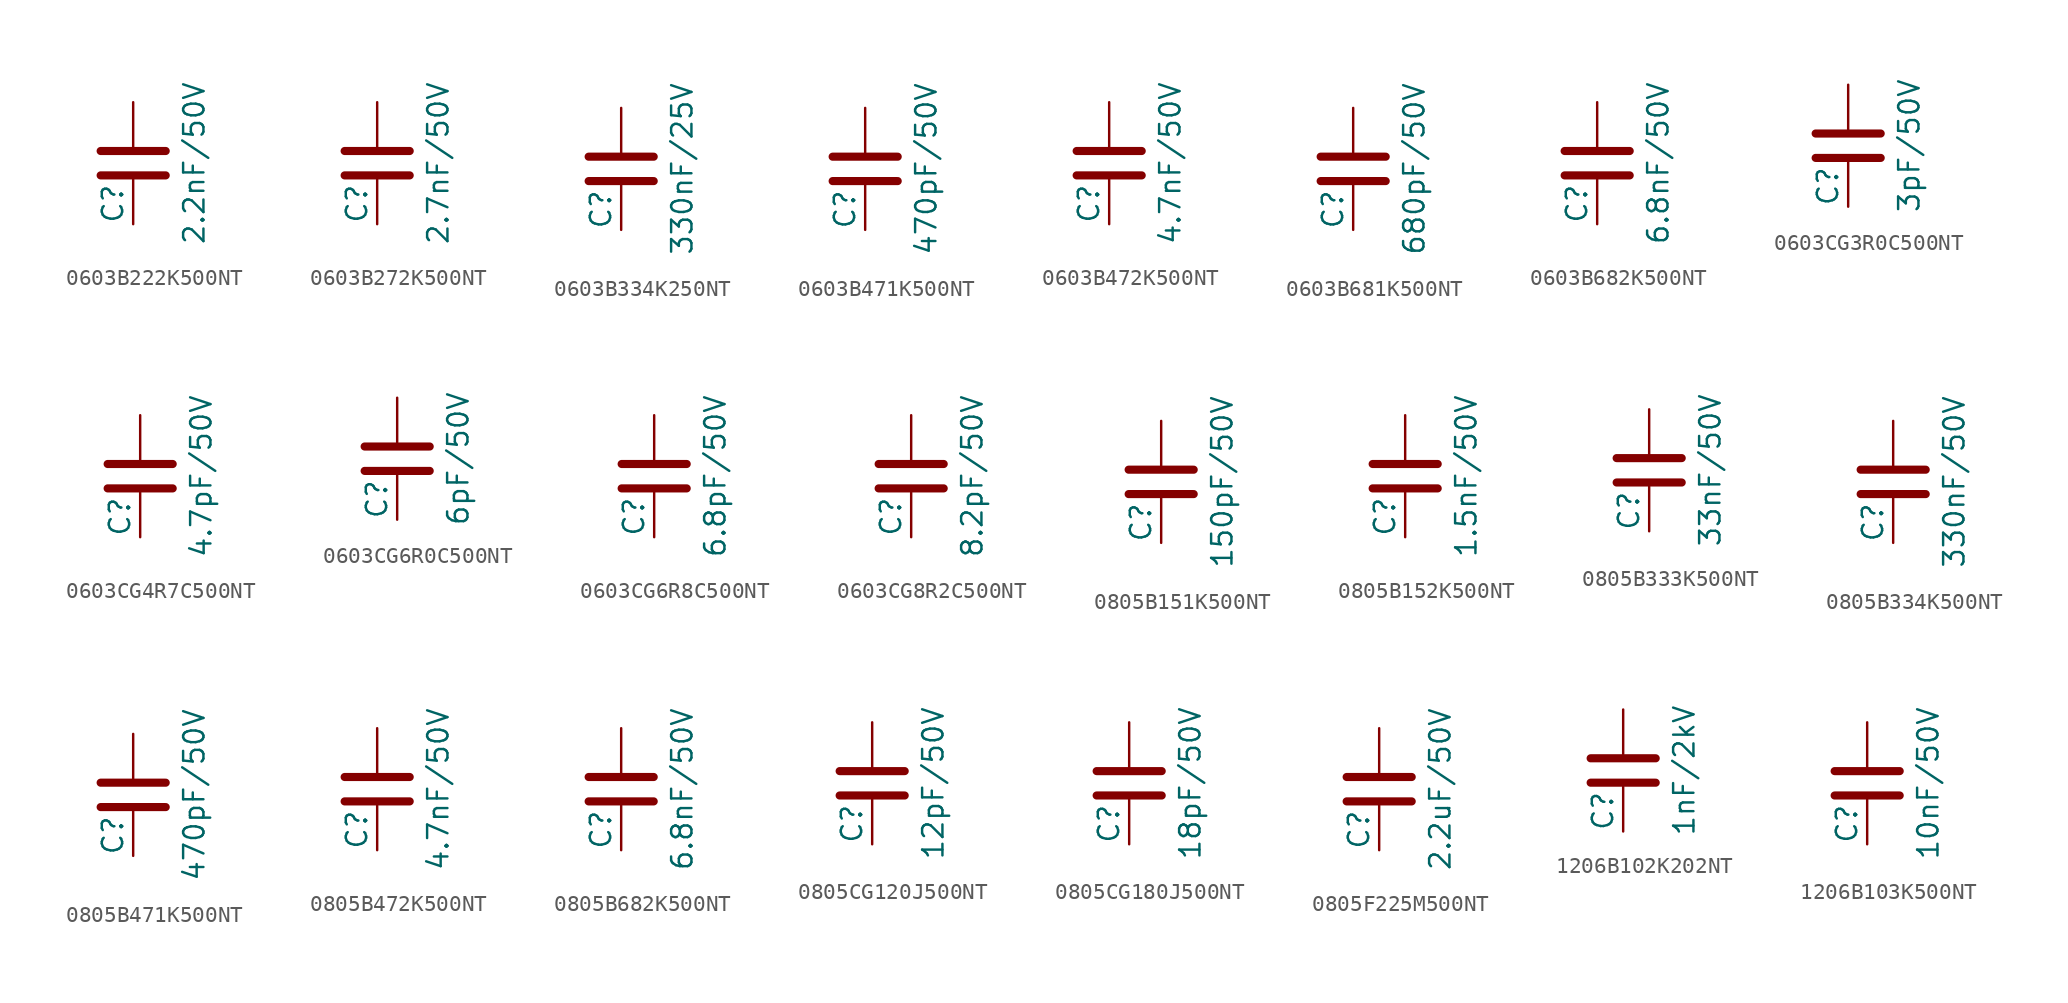
<source format=kicad_sym>
(kicad_symbol_lib
  (version 20211014)
  (generator conandllu_kicad_symbol_generator_20230922_18:37:20)
  (symbol "0603B222K500NT"
    (pin_numbers hide)
    (pin_names
      (offset 0.254))
    (property "Reference" "C"
      (at -1.27 -3.81 90)
      (effects (font (size 1.27 1.27)) (justify left)))
    (property "Value" "2.2nF/50V"
      (at 3.81 0 90)
      (effects (font (size 1.27 1.27))))
    (symbol "0603B222K500NT_0_1"
      (polyline (pts (xy -2.032 -0.762) (xy 2.032 -0.762)) (stroke (width 0.508) (type default)) (fill (type none)))
      (polyline (pts (xy -2.032 0.762) (xy 2.032 0.762)) (stroke (width 0.508) (type default)) (fill (type none))))
    (symbol "0603B222K500NT_1_1"
      (pin passive line (at 0 3.81 270) (length 2.794) (name "~" (effects (font (size 1.27 1.27)))) (number "1" (effects (font (size 1.27 1.27)))))
      (pin passive line (at 0 -3.81 90) (length 2.794) (name "~" (effects (font (size 1.27 1.27)))) (number "2" (effects (font (size 1.27 1.27)))))))
  (symbol "0603B272K500NT"
    (pin_numbers hide)
    (pin_names
      (offset 0.254))
    (property "Reference" "C"
      (at -1.27 -3.81 90)
      (effects (font (size 1.27 1.27)) (justify left)))
    (property "Value" "2.7nF/50V"
      (at 3.81 0 90)
      (effects (font (size 1.27 1.27))))
    (symbol "0603B272K500NT_0_1"
      (polyline (pts (xy -2.032 -0.762) (xy 2.032 -0.762)) (stroke (width 0.508) (type default)) (fill (type none)))
      (polyline (pts (xy -2.032 0.762) (xy 2.032 0.762)) (stroke (width 0.508) (type default)) (fill (type none))))
    (symbol "0603B272K500NT_1_1"
      (pin passive line (at 0 3.81 270) (length 2.794) (name "~" (effects (font (size 1.27 1.27)))) (number "1" (effects (font (size 1.27 1.27)))))
      (pin passive line (at 0 -3.81 90) (length 2.794) (name "~" (effects (font (size 1.27 1.27)))) (number "2" (effects (font (size 1.27 1.27)))))))
  (symbol "0603B334K250NT"
    (pin_numbers hide)
    (pin_names
      (offset 0.254))
    (property "Reference" "C"
      (at -1.27 -3.81 90)
      (effects (font (size 1.27 1.27)) (justify left)))
    (property "Value" "330nF/25V"
      (at 3.81 0 90)
      (effects (font (size 1.27 1.27))))
    (symbol "0603B334K250NT_0_1"
      (polyline (pts (xy -2.032 -0.762) (xy 2.032 -0.762)) (stroke (width 0.508) (type default)) (fill (type none)))
      (polyline (pts (xy -2.032 0.762) (xy 2.032 0.762)) (stroke (width 0.508) (type default)) (fill (type none))))
    (symbol "0603B334K250NT_1_1"
      (pin passive line (at 0 3.81 270) (length 2.794) (name "~" (effects (font (size 1.27 1.27)))) (number "1" (effects (font (size 1.27 1.27)))))
      (pin passive line (at 0 -3.81 90) (length 2.794) (name "~" (effects (font (size 1.27 1.27)))) (number "2" (effects (font (size 1.27 1.27)))))))
  (symbol "0603B471K500NT"
    (pin_numbers hide)
    (pin_names
      (offset 0.254))
    (property "Reference" "C"
      (at -1.27 -3.81 90)
      (effects (font (size 1.27 1.27)) (justify left)))
    (property "Value" "470pF/50V"
      (at 3.81 0 90)
      (effects (font (size 1.27 1.27))))
    (symbol "0603B471K500NT_0_1"
      (polyline (pts (xy -2.032 -0.762) (xy 2.032 -0.762)) (stroke (width 0.508) (type default)) (fill (type none)))
      (polyline (pts (xy -2.032 0.762) (xy 2.032 0.762)) (stroke (width 0.508) (type default)) (fill (type none))))
    (symbol "0603B471K500NT_1_1"
      (pin passive line (at 0 3.81 270) (length 2.794) (name "~" (effects (font (size 1.27 1.27)))) (number "1" (effects (font (size 1.27 1.27)))))
      (pin passive line (at 0 -3.81 90) (length 2.794) (name "~" (effects (font (size 1.27 1.27)))) (number "2" (effects (font (size 1.27 1.27)))))))
  (symbol "0603B472K500NT"
    (pin_numbers hide)
    (pin_names
      (offset 0.254))
    (property "Reference" "C"
      (at -1.27 -3.81 90)
      (effects (font (size 1.27 1.27)) (justify left)))
    (property "Value" "4.7nF/50V"
      (at 3.81 0 90)
      (effects (font (size 1.27 1.27))))
    (symbol "0603B472K500NT_0_1"
      (polyline (pts (xy -2.032 -0.762) (xy 2.032 -0.762)) (stroke (width 0.508) (type default)) (fill (type none)))
      (polyline (pts (xy -2.032 0.762) (xy 2.032 0.762)) (stroke (width 0.508) (type default)) (fill (type none))))
    (symbol "0603B472K500NT_1_1"
      (pin passive line (at 0 3.81 270) (length 2.794) (name "~" (effects (font (size 1.27 1.27)))) (number "1" (effects (font (size 1.27 1.27)))))
      (pin passive line (at 0 -3.81 90) (length 2.794) (name "~" (effects (font (size 1.27 1.27)))) (number "2" (effects (font (size 1.27 1.27)))))))
  (symbol "0603B681K500NT"
    (pin_numbers hide)
    (pin_names
      (offset 0.254))
    (property "Reference" "C"
      (at -1.27 -3.81 90)
      (effects (font (size 1.27 1.27)) (justify left)))
    (property "Value" "680pF/50V"
      (at 3.81 0 90)
      (effects (font (size 1.27 1.27))))
    (symbol "0603B681K500NT_0_1"
      (polyline (pts (xy -2.032 -0.762) (xy 2.032 -0.762)) (stroke (width 0.508) (type default)) (fill (type none)))
      (polyline (pts (xy -2.032 0.762) (xy 2.032 0.762)) (stroke (width 0.508) (type default)) (fill (type none))))
    (symbol "0603B681K500NT_1_1"
      (pin passive line (at 0 3.81 270) (length 2.794) (name "~" (effects (font (size 1.27 1.27)))) (number "1" (effects (font (size 1.27 1.27)))))
      (pin passive line (at 0 -3.81 90) (length 2.794) (name "~" (effects (font (size 1.27 1.27)))) (number "2" (effects (font (size 1.27 1.27)))))))
  (symbol "0603B682K500NT"
    (pin_numbers hide)
    (pin_names
      (offset 0.254))
    (property "Reference" "C"
      (at -1.27 -3.81 90)
      (effects (font (size 1.27 1.27)) (justify left)))
    (property "Value" "6.8nF/50V"
      (at 3.81 0 90)
      (effects (font (size 1.27 1.27))))
    (symbol "0603B682K500NT_0_1"
      (polyline (pts (xy -2.032 -0.762) (xy 2.032 -0.762)) (stroke (width 0.508) (type default)) (fill (type none)))
      (polyline (pts (xy -2.032 0.762) (xy 2.032 0.762)) (stroke (width 0.508) (type default)) (fill (type none))))
    (symbol "0603B682K500NT_1_1"
      (pin passive line (at 0 3.81 270) (length 2.794) (name "~" (effects (font (size 1.27 1.27)))) (number "1" (effects (font (size 1.27 1.27)))))
      (pin passive line (at 0 -3.81 90) (length 2.794) (name "~" (effects (font (size 1.27 1.27)))) (number "2" (effects (font (size 1.27 1.27)))))))
  (symbol "0603CG3R0C500NT"
    (pin_numbers hide)
    (pin_names
      (offset 0.254))
    (property "Reference" "C"
      (at -1.27 -3.81 90)
      (effects (font (size 1.27 1.27)) (justify left)))
    (property "Value" "3pF/50V"
      (at 3.81 0 90)
      (effects (font (size 1.27 1.27))))
    (symbol "0603CG3R0C500NT_0_1"
      (polyline (pts (xy -2.032 -0.762) (xy 2.032 -0.762)) (stroke (width 0.508) (type default)) (fill (type none)))
      (polyline (pts (xy -2.032 0.762) (xy 2.032 0.762)) (stroke (width 0.508) (type default)) (fill (type none))))
    (symbol "0603CG3R0C500NT_1_1"
      (pin passive line (at 0 3.81 270) (length 2.794) (name "~" (effects (font (size 1.27 1.27)))) (number "1" (effects (font (size 1.27 1.27)))))
      (pin passive line (at 0 -3.81 90) (length 2.794) (name "~" (effects (font (size 1.27 1.27)))) (number "2" (effects (font (size 1.27 1.27)))))))
  (symbol "0603CG4R7C500NT"
    (pin_numbers hide)
    (pin_names
      (offset 0.254))
    (property "Reference" "C"
      (at -1.27 -3.81 90)
      (effects (font (size 1.27 1.27)) (justify left)))
    (property "Value" "4.7pF/50V"
      (at 3.81 0 90)
      (effects (font (size 1.27 1.27))))
    (symbol "0603CG4R7C500NT_0_1"
      (polyline (pts (xy -2.032 -0.762) (xy 2.032 -0.762)) (stroke (width 0.508) (type default)) (fill (type none)))
      (polyline (pts (xy -2.032 0.762) (xy 2.032 0.762)) (stroke (width 0.508) (type default)) (fill (type none))))
    (symbol "0603CG4R7C500NT_1_1"
      (pin passive line (at 0 3.81 270) (length 2.794) (name "~" (effects (font (size 1.27 1.27)))) (number "1" (effects (font (size 1.27 1.27)))))
      (pin passive line (at 0 -3.81 90) (length 2.794) (name "~" (effects (font (size 1.27 1.27)))) (number "2" (effects (font (size 1.27 1.27)))))))
  (symbol "0603CG6R0C500NT"
    (pin_numbers hide)
    (pin_names
      (offset 0.254))
    (property "Reference" "C"
      (at -1.27 -3.81 90)
      (effects (font (size 1.27 1.27)) (justify left)))
    (property "Value" "6pF/50V"
      (at 3.81 0 90)
      (effects (font (size 1.27 1.27))))
    (symbol "0603CG6R0C500NT_0_1"
      (polyline (pts (xy -2.032 -0.762) (xy 2.032 -0.762)) (stroke (width 0.508) (type default)) (fill (type none)))
      (polyline (pts (xy -2.032 0.762) (xy 2.032 0.762)) (stroke (width 0.508) (type default)) (fill (type none))))
    (symbol "0603CG6R0C500NT_1_1"
      (pin passive line (at 0 3.81 270) (length 2.794) (name "~" (effects (font (size 1.27 1.27)))) (number "1" (effects (font (size 1.27 1.27)))))
      (pin passive line (at 0 -3.81 90) (length 2.794) (name "~" (effects (font (size 1.27 1.27)))) (number "2" (effects (font (size 1.27 1.27)))))))
  (symbol "0603CG6R8C500NT"
    (pin_numbers hide)
    (pin_names
      (offset 0.254))
    (property "Reference" "C"
      (at -1.27 -3.81 90)
      (effects (font (size 1.27 1.27)) (justify left)))
    (property "Value" "6.8pF/50V"
      (at 3.81 0 90)
      (effects (font (size 1.27 1.27))))
    (symbol "0603CG6R8C500NT_0_1"
      (polyline (pts (xy -2.032 -0.762) (xy 2.032 -0.762)) (stroke (width 0.508) (type default)) (fill (type none)))
      (polyline (pts (xy -2.032 0.762) (xy 2.032 0.762)) (stroke (width 0.508) (type default)) (fill (type none))))
    (symbol "0603CG6R8C500NT_1_1"
      (pin passive line (at 0 3.81 270) (length 2.794) (name "~" (effects (font (size 1.27 1.27)))) (number "1" (effects (font (size 1.27 1.27)))))
      (pin passive line (at 0 -3.81 90) (length 2.794) (name "~" (effects (font (size 1.27 1.27)))) (number "2" (effects (font (size 1.27 1.27)))))))
  (symbol "0603CG8R2C500NT"
    (pin_numbers hide)
    (pin_names
      (offset 0.254))
    (property "Reference" "C"
      (at -1.27 -3.81 90)
      (effects (font (size 1.27 1.27)) (justify left)))
    (property "Value" "8.2pF/50V"
      (at 3.81 0 90)
      (effects (font (size 1.27 1.27))))
    (symbol "0603CG8R2C500NT_0_1"
      (polyline (pts (xy -2.032 -0.762) (xy 2.032 -0.762)) (stroke (width 0.508) (type default)) (fill (type none)))
      (polyline (pts (xy -2.032 0.762) (xy 2.032 0.762)) (stroke (width 0.508) (type default)) (fill (type none))))
    (symbol "0603CG8R2C500NT_1_1"
      (pin passive line (at 0 3.81 270) (length 2.794) (name "~" (effects (font (size 1.27 1.27)))) (number "1" (effects (font (size 1.27 1.27)))))
      (pin passive line (at 0 -3.81 90) (length 2.794) (name "~" (effects (font (size 1.27 1.27)))) (number "2" (effects (font (size 1.27 1.27)))))))
  (symbol "0805B151K500NT"
    (pin_numbers hide)
    (pin_names
      (offset 0.254))
    (property "Reference" "C"
      (at -1.27 -3.81 90)
      (effects (font (size 1.27 1.27)) (justify left)))
    (property "Value" "150pF/50V"
      (at 3.81 0 90)
      (effects (font (size 1.27 1.27))))
    (symbol "0805B151K500NT_0_1"
      (polyline (pts (xy -2.032 -0.762) (xy 2.032 -0.762)) (stroke (width 0.508) (type default)) (fill (type none)))
      (polyline (pts (xy -2.032 0.762) (xy 2.032 0.762)) (stroke (width 0.508) (type default)) (fill (type none))))
    (symbol "0805B151K500NT_1_1"
      (pin passive line (at 0 3.81 270) (length 2.794) (name "~" (effects (font (size 1.27 1.27)))) (number "1" (effects (font (size 1.27 1.27)))))
      (pin passive line (at 0 -3.81 90) (length 2.794) (name "~" (effects (font (size 1.27 1.27)))) (number "2" (effects (font (size 1.27 1.27)))))))
  (symbol "0805B152K500NT"
    (pin_numbers hide)
    (pin_names
      (offset 0.254))
    (property "Reference" "C"
      (at -1.27 -3.81 90)
      (effects (font (size 1.27 1.27)) (justify left)))
    (property "Value" "1.5nF/50V"
      (at 3.81 0 90)
      (effects (font (size 1.27 1.27))))
    (symbol "0805B152K500NT_0_1"
      (polyline (pts (xy -2.032 -0.762) (xy 2.032 -0.762)) (stroke (width 0.508) (type default)) (fill (type none)))
      (polyline (pts (xy -2.032 0.762) (xy 2.032 0.762)) (stroke (width 0.508) (type default)) (fill (type none))))
    (symbol "0805B152K500NT_1_1"
      (pin passive line (at 0 3.81 270) (length 2.794) (name "~" (effects (font (size 1.27 1.27)))) (number "1" (effects (font (size 1.27 1.27)))))
      (pin passive line (at 0 -3.81 90) (length 2.794) (name "~" (effects (font (size 1.27 1.27)))) (number "2" (effects (font (size 1.27 1.27)))))))
  (symbol "0805B333K500NT"
    (pin_numbers hide)
    (pin_names
      (offset 0.254))
    (property "Reference" "C"
      (at -1.27 -3.81 90)
      (effects (font (size 1.27 1.27)) (justify left)))
    (property "Value" "33nF/50V"
      (at 3.81 0 90)
      (effects (font (size 1.27 1.27))))
    (symbol "0805B333K500NT_0_1"
      (polyline (pts (xy -2.032 -0.762) (xy 2.032 -0.762)) (stroke (width 0.508) (type default)) (fill (type none)))
      (polyline (pts (xy -2.032 0.762) (xy 2.032 0.762)) (stroke (width 0.508) (type default)) (fill (type none))))
    (symbol "0805B333K500NT_1_1"
      (pin passive line (at 0 3.81 270) (length 2.794) (name "~" (effects (font (size 1.27 1.27)))) (number "1" (effects (font (size 1.27 1.27)))))
      (pin passive line (at 0 -3.81 90) (length 2.794) (name "~" (effects (font (size 1.27 1.27)))) (number "2" (effects (font (size 1.27 1.27)))))))
  (symbol "0805B334K500NT"
    (pin_numbers hide)
    (pin_names
      (offset 0.254))
    (property "Reference" "C"
      (at -1.27 -3.81 90)
      (effects (font (size 1.27 1.27)) (justify left)))
    (property "Value" "330nF/50V"
      (at 3.81 0 90)
      (effects (font (size 1.27 1.27))))
    (symbol "0805B334K500NT_0_1"
      (polyline (pts (xy -2.032 -0.762) (xy 2.032 -0.762)) (stroke (width 0.508) (type default)) (fill (type none)))
      (polyline (pts (xy -2.032 0.762) (xy 2.032 0.762)) (stroke (width 0.508) (type default)) (fill (type none))))
    (symbol "0805B334K500NT_1_1"
      (pin passive line (at 0 3.81 270) (length 2.794) (name "~" (effects (font (size 1.27 1.27)))) (number "1" (effects (font (size 1.27 1.27)))))
      (pin passive line (at 0 -3.81 90) (length 2.794) (name "~" (effects (font (size 1.27 1.27)))) (number "2" (effects (font (size 1.27 1.27)))))))
  (symbol "0805B471K500NT"
    (pin_numbers hide)
    (pin_names
      (offset 0.254))
    (property "Reference" "C"
      (at -1.27 -3.81 90)
      (effects (font (size 1.27 1.27)) (justify left)))
    (property "Value" "470pF/50V"
      (at 3.81 0 90)
      (effects (font (size 1.27 1.27))))
    (symbol "0805B471K500NT_0_1"
      (polyline (pts (xy -2.032 -0.762) (xy 2.032 -0.762)) (stroke (width 0.508) (type default)) (fill (type none)))
      (polyline (pts (xy -2.032 0.762) (xy 2.032 0.762)) (stroke (width 0.508) (type default)) (fill (type none))))
    (symbol "0805B471K500NT_1_1"
      (pin passive line (at 0 3.81 270) (length 2.794) (name "~" (effects (font (size 1.27 1.27)))) (number "1" (effects (font (size 1.27 1.27)))))
      (pin passive line (at 0 -3.81 90) (length 2.794) (name "~" (effects (font (size 1.27 1.27)))) (number "2" (effects (font (size 1.27 1.27)))))))
  (symbol "0805B472K500NT"
    (pin_numbers hide)
    (pin_names
      (offset 0.254))
    (property "Reference" "C"
      (at -1.27 -3.81 90)
      (effects (font (size 1.27 1.27)) (justify left)))
    (property "Value" "4.7nF/50V"
      (at 3.81 0 90)
      (effects (font (size 1.27 1.27))))
    (symbol "0805B472K500NT_0_1"
      (polyline (pts (xy -2.032 -0.762) (xy 2.032 -0.762)) (stroke (width 0.508) (type default)) (fill (type none)))
      (polyline (pts (xy -2.032 0.762) (xy 2.032 0.762)) (stroke (width 0.508) (type default)) (fill (type none))))
    (symbol "0805B472K500NT_1_1"
      (pin passive line (at 0 3.81 270) (length 2.794) (name "~" (effects (font (size 1.27 1.27)))) (number "1" (effects (font (size 1.27 1.27)))))
      (pin passive line (at 0 -3.81 90) (length 2.794) (name "~" (effects (font (size 1.27 1.27)))) (number "2" (effects (font (size 1.27 1.27)))))))
  (symbol "0805B682K500NT"
    (pin_numbers hide)
    (pin_names
      (offset 0.254))
    (property "Reference" "C"
      (at -1.27 -3.81 90)
      (effects (font (size 1.27 1.27)) (justify left)))
    (property "Value" "6.8nF/50V"
      (at 3.81 0 90)
      (effects (font (size 1.27 1.27))))
    (symbol "0805B682K500NT_0_1"
      (polyline (pts (xy -2.032 -0.762) (xy 2.032 -0.762)) (stroke (width 0.508) (type default)) (fill (type none)))
      (polyline (pts (xy -2.032 0.762) (xy 2.032 0.762)) (stroke (width 0.508) (type default)) (fill (type none))))
    (symbol "0805B682K500NT_1_1"
      (pin passive line (at 0 3.81 270) (length 2.794) (name "~" (effects (font (size 1.27 1.27)))) (number "1" (effects (font (size 1.27 1.27)))))
      (pin passive line (at 0 -3.81 90) (length 2.794) (name "~" (effects (font (size 1.27 1.27)))) (number "2" (effects (font (size 1.27 1.27)))))))
  (symbol "0805CG120J500NT"
    (pin_numbers hide)
    (pin_names
      (offset 0.254))
    (property "Reference" "C"
      (at -1.27 -3.81 90)
      (effects (font (size 1.27 1.27)) (justify left)))
    (property "Value" "12pF/50V"
      (at 3.81 0 90)
      (effects (font (size 1.27 1.27))))
    (symbol "0805CG120J500NT_0_1"
      (polyline (pts (xy -2.032 -0.762) (xy 2.032 -0.762)) (stroke (width 0.508) (type default)) (fill (type none)))
      (polyline (pts (xy -2.032 0.762) (xy 2.032 0.762)) (stroke (width 0.508) (type default)) (fill (type none))))
    (symbol "0805CG120J500NT_1_1"
      (pin passive line (at 0 3.81 270) (length 2.794) (name "~" (effects (font (size 1.27 1.27)))) (number "1" (effects (font (size 1.27 1.27)))))
      (pin passive line (at 0 -3.81 90) (length 2.794) (name "~" (effects (font (size 1.27 1.27)))) (number "2" (effects (font (size 1.27 1.27)))))))
  (symbol "0805CG180J500NT"
    (pin_numbers hide)
    (pin_names
      (offset 0.254))
    (property "Reference" "C"
      (at -1.27 -3.81 90)
      (effects (font (size 1.27 1.27)) (justify left)))
    (property "Value" "18pF/50V"
      (at 3.81 0 90)
      (effects (font (size 1.27 1.27))))
    (symbol "0805CG180J500NT_0_1"
      (polyline (pts (xy -2.032 -0.762) (xy 2.032 -0.762)) (stroke (width 0.508) (type default)) (fill (type none)))
      (polyline (pts (xy -2.032 0.762) (xy 2.032 0.762)) (stroke (width 0.508) (type default)) (fill (type none))))
    (symbol "0805CG180J500NT_1_1"
      (pin passive line (at 0 3.81 270) (length 2.794) (name "~" (effects (font (size 1.27 1.27)))) (number "1" (effects (font (size 1.27 1.27)))))
      (pin passive line (at 0 -3.81 90) (length 2.794) (name "~" (effects (font (size 1.27 1.27)))) (number "2" (effects (font (size 1.27 1.27)))))))
  (symbol "0805F225M500NT"
    (pin_numbers hide)
    (pin_names
      (offset 0.254))
    (property "Reference" "C"
      (at -1.27 -3.81 90)
      (effects (font (size 1.27 1.27)) (justify left)))
    (property "Value" "2.2uF/50V"
      (at 3.81 0 90)
      (effects (font (size 1.27 1.27))))
    (symbol "0805F225M500NT_0_1"
      (polyline (pts (xy -2.032 -0.762) (xy 2.032 -0.762)) (stroke (width 0.508) (type default)) (fill (type none)))
      (polyline (pts (xy -2.032 0.762) (xy 2.032 0.762)) (stroke (width 0.508) (type default)) (fill (type none))))
    (symbol "0805F225M500NT_1_1"
      (pin passive line (at 0 3.81 270) (length 2.794) (name "~" (effects (font (size 1.27 1.27)))) (number "1" (effects (font (size 1.27 1.27)))))
      (pin passive line (at 0 -3.81 90) (length 2.794) (name "~" (effects (font (size 1.27 1.27)))) (number "2" (effects (font (size 1.27 1.27)))))))
  (symbol "1206B102K202NT"
    (pin_numbers hide)
    (pin_names
      (offset 0.254))
    (property "Reference" "C"
      (at -1.27 -3.81 90)
      (effects (font (size 1.27 1.27)) (justify left)))
    (property "Value" "1nF/2kV"
      (at 3.81 0 90)
      (effects (font (size 1.27 1.27))))
    (symbol "1206B102K202NT_0_1"
      (polyline (pts (xy -2.032 -0.762) (xy 2.032 -0.762)) (stroke (width 0.508) (type default)) (fill (type none)))
      (polyline (pts (xy -2.032 0.762) (xy 2.032 0.762)) (stroke (width 0.508) (type default)) (fill (type none))))
    (symbol "1206B102K202NT_1_1"
      (pin passive line (at 0 3.81 270) (length 2.794) (name "~" (effects (font (size 1.27 1.27)))) (number "1" (effects (font (size 1.27 1.27)))))
      (pin passive line (at 0 -3.81 90) (length 2.794) (name "~" (effects (font (size 1.27 1.27)))) (number "2" (effects (font (size 1.27 1.27)))))))
  (symbol "1206B103K500NT"
    (pin_numbers hide)
    (pin_names
      (offset 0.254))
    (property "Reference" "C"
      (at -1.27 -3.81 90)
      (effects (font (size 1.27 1.27)) (justify left)))
    (property "Value" "10nF/50V"
      (at 3.81 0 90)
      (effects (font (size 1.27 1.27))))
    (symbol "1206B103K500NT_0_1"
      (polyline (pts (xy -2.032 -0.762) (xy 2.032 -0.762)) (stroke (width 0.508) (type default)) (fill (type none)))
      (polyline (pts (xy -2.032 0.762) (xy 2.032 0.762)) (stroke (width 0.508) (type default)) (fill (type none))))
    (symbol "1206B103K500NT_1_1"
      (pin passive line (at 0 3.81 270) (length 2.794) (name "~" (effects (font (size 1.27 1.27)))) (number "1" (effects (font (size 1.27 1.27)))))
      (pin passive line (at 0 -3.81 90) (length 2.794) (name "~" (effects (font (size 1.27 1.27)))) (number "2" (effects (font (size 1.27 1.27))))))))
</source>
